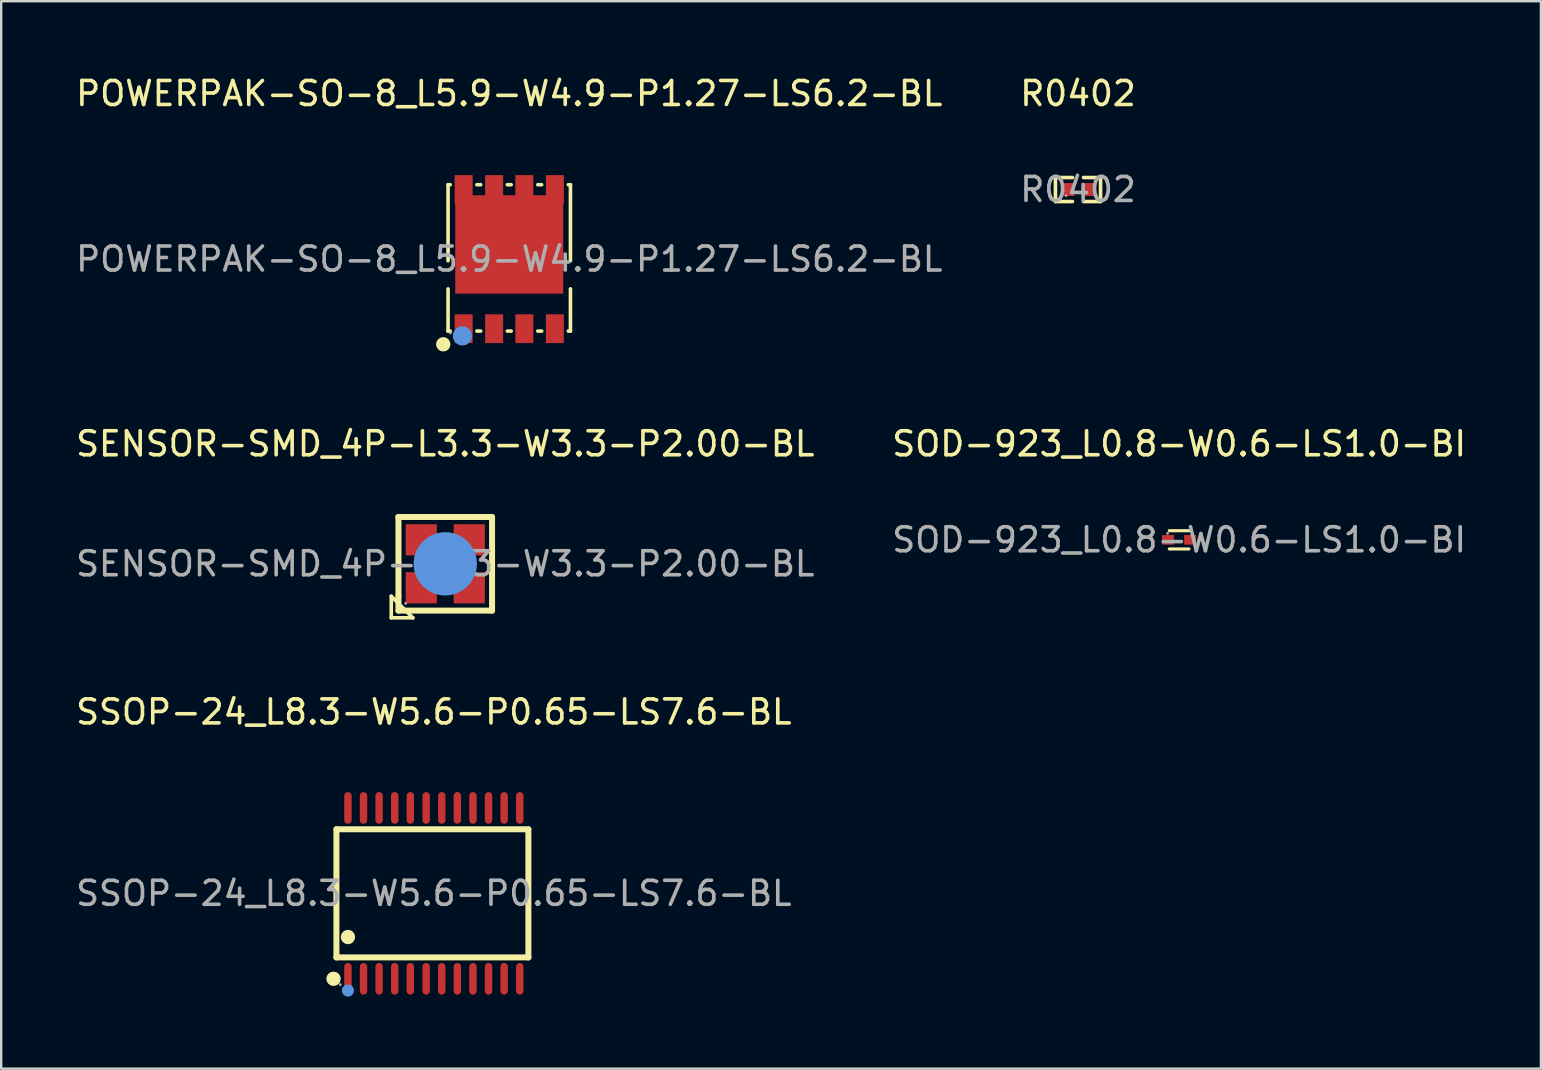
<source format=kicad_pcb>
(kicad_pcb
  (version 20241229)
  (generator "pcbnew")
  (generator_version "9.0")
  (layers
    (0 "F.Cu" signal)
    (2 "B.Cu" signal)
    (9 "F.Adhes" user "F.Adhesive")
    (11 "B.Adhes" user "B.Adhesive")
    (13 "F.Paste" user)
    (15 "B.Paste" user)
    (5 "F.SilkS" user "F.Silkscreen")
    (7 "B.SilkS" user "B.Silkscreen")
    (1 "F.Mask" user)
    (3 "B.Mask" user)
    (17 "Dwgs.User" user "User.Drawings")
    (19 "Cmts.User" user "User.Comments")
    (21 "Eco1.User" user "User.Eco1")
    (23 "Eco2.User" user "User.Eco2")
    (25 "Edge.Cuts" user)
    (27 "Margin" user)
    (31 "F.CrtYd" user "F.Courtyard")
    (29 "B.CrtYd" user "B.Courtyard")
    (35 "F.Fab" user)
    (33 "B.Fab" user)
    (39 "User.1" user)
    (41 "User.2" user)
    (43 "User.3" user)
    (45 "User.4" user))
  (footprint "SENSOR-SMD_4P-L3.3-W3.3-P2.00-BL"
    (layer "F.Cu")
    (at 15.506 20.447)
    (property "Reference" "SENSOR-SMD_4P-L3.3-W3.3-P2.00-BL" (at 0 -5 0) (layer "F.SilkS") (effects (font (size 1 1) (thickness 0.15))))
    (attr smd)
    (fp_line (start -2.25 1.35) (end -2.25 2.25) (stroke (width 0.15) (type solid)) (layer "F.SilkS"))
    (fp_line (start -2.25 2.25) (end -1.35 2.25) (stroke (width 0.15) (type solid)) (layer "F.SilkS"))
    (fp_line (start -1.95 -1.95) (end -1.95 -1.95) (stroke (width 0.25) (type solid)) (layer "F.SilkS"))
    (fp_line (start -1.95 -1.95) (end 1.95 -1.95) (stroke (width 0.25) (type solid)) (layer "F.SilkS"))
    (fp_line (start -1.95 1.35) (end -1.95 -1.95) (stroke (width 0.25) (type solid)) (layer "F.SilkS"))
    (fp_line (start -1.95 1.95) (end -1.95 1.35) (stroke (width 0.25) (type solid)) (layer "F.SilkS"))
    (fp_line (start -1.35 2.25) (end -2.25 1.35) (stroke (width 0.15) (type solid)) (layer "F.SilkS"))
    (fp_line (start 1.95 -1.95) (end 1.95 1.95) (stroke (width 0.25) (type solid)) (layer "F.SilkS"))
    (fp_line (start 1.95 1.95) (end -1.95 1.95) (stroke (width 0.25) (type solid)) (layer "F.SilkS"))
    (fp_circle (center 0 0) (end 0.66 0) (stroke (width 1.32) (type solid)) (fill no) (layer "Cmts.User"))
    (fp_circle (center -1.65 1.65) (end -1.62 1.65) (stroke (width 0.06) (type solid)) (fill no) (layer "F.Fab"))
    (fp_text user "${REFERENCE}" (at 0 0 0) (layer "F.Fab") (effects (font (size 1 1) (thickness 0.15))))
    (pad "1" smd rect (at -1 1) (size 1.3 1.3) (layers "F.Cu" "F.Mask" "F.Paste"))
    (pad "2" smd rect (at 1 1) (size 1.3 1.3) (layers "F.Cu" "F.Mask" "F.Paste"))
    (pad "3" smd rect (at 1 -1) (size 1.3 1.3) (layers "F.Cu" "F.Mask" "F.Paste"))
    (pad "4" smd rect (at -1 -1) (size 1.3 1.3) (layers "F.Cu" "F.Mask" "F.Paste")))
  (footprint "SSOP-24_L8.3-W5.6-P0.65-LS7.6-BL"
    (layer "F.Cu")
    (at 15.03 34.18)
    (property "Reference" "SSOP-24_L8.3-W5.6-P0.65-LS7.6-BL" (at 0 -7.56 0) (layer "F.SilkS") (effects (font (size 1 1) (thickness 0.15))))
    (attr smd)
    (fp_line (start -4.06 -2.67) (end -4.06 2.67) (stroke (width 0.25) (type solid)) (layer "F.SilkS"))
    (fp_line (start -4.06 2.67) (end 3.94 2.67) (stroke (width 0.25) (type solid)) (layer "F.SilkS"))
    (fp_line (start 3.94 -2.67) (end -4.06 -2.67) (stroke (width 0.25) (type solid)) (layer "F.SilkS"))
    (fp_line (start 3.94 2.67) (end 3.94 -2.67) (stroke (width 0.25) (type solid)) (layer "F.SilkS"))
    (fp_circle (center -4.18 3.56) (end -4.03 3.56) (stroke (width 0.3) (type solid)) (fill no) (layer "F.SilkS"))
    (fp_circle (center -3.58 1.82) (end -3.43 1.82) (stroke (width 0.3) (type solid)) (fill no) (layer "F.SilkS"))
    (fp_circle (center -3.58 4.05) (end -3.45 4.05) (stroke (width 0.25) (type solid)) (fill no) (layer "Cmts.User"))
    (fp_circle (center -3.9 3.8) (end -3.87 3.8) (stroke (width 0.06) (type solid)) (fill no) (layer "F.Fab"))
    (fp_text user "${REFERENCE}" (at 0 0 0) (layer "F.Fab") (effects (font (size 1 1) (thickness 0.15))))
    (pad "1" smd oval (at -3.58 3.56) (size 0.31 1.32) (layers "F.Cu" "F.Mask" "F.Paste"))
    (pad "2" smd oval (at -2.93 3.56) (size 0.31 1.32) (layers "F.Cu" "F.Mask" "F.Paste"))
    (pad "3" smd oval (at -2.28 3.56) (size 0.31 1.32) (layers "F.Cu" "F.Mask" "F.Paste"))
    (pad "4" smd oval (at -1.63 3.56) (size 0.31 1.32) (layers "F.Cu" "F.Mask" "F.Paste"))
    (pad "5" smd oval (at -0.98 3.56) (size 0.31 1.32) (layers "F.Cu" "F.Mask" "F.Paste"))
    (pad "6" smd oval (at -0.32 3.56) (size 0.31 1.32) (layers "F.Cu" "F.Mask" "F.Paste"))
    (pad "7" smd oval (at 0.33 3.56) (size 0.31 1.32) (layers "F.Cu" "F.Mask" "F.Paste"))
    (pad "8" smd oval (at 0.98 3.56) (size 0.31 1.32) (layers "F.Cu" "F.Mask" "F.Paste"))
    (pad "9" smd oval (at 1.63 3.56) (size 0.31 1.32) (layers "F.Cu" "F.Mask" "F.Paste"))
    (pad "10" smd oval (at 2.28 3.56) (size 0.31 1.32) (layers "F.Cu" "F.Mask" "F.Paste"))
    (pad "11" smd oval (at 2.93 3.56) (size 0.31 1.32) (layers "F.Cu" "F.Mask" "F.Paste"))
    (pad "12" smd oval (at 3.58 3.56) (size 0.31 1.32) (layers "F.Cu" "F.Mask" "F.Paste"))
    (pad "13" smd oval (at 3.58 -3.56) (size 0.31 1.32) (layers "F.Cu" "F.Mask" "F.Paste"))
    (pad "14" smd oval (at 2.93 -3.56) (size 0.31 1.32) (layers "F.Cu" "F.Mask" "F.Paste"))
    (pad "15" smd oval (at 2.28 -3.56) (size 0.31 1.32) (layers "F.Cu" "F.Mask" "F.Paste"))
    (pad "16" smd oval (at 1.63 -3.56) (size 0.31 1.32) (layers "F.Cu" "F.Mask" "F.Paste"))
    (pad "17" smd oval (at 0.98 -3.56) (size 0.31 1.32) (layers "F.Cu" "F.Mask" "F.Paste"))
    (pad "18" smd oval (at 0.33 -3.56) (size 0.31 1.32) (layers "F.Cu" "F.Mask" "F.Paste"))
    (pad "19" smd oval (at -0.32 -3.56) (size 0.31 1.32) (layers "F.Cu" "F.Mask" "F.Paste"))
    (pad "20" smd oval (at -0.98 -3.56) (size 0.31 1.32) (layers "F.Cu" "F.Mask" "F.Paste"))
    (pad "21" smd oval (at -1.63 -3.56) (size 0.31 1.32) (layers "F.Cu" "F.Mask" "F.Paste"))
    (pad "22" smd oval (at -2.28 -3.56) (size 0.31 1.32) (layers "F.Cu" "F.Mask" "F.Paste"))
    (pad "23" smd oval (at -2.93 -3.56) (size 0.31 1.32) (layers "F.Cu" "F.Mask" "F.Paste"))
    (pad "24" smd oval (at -3.58 -3.56) (size 0.31 1.32) (layers "F.Cu" "F.Mask" "F.Paste")))
  (footprint "SOD-923_L0.8-W0.6-LS1.0-BI"
    (layer "F.Cu")
    (at 46.089 19.447)
    (property "Reference" "SOD-923_L0.8-W0.6-LS1.0-BI" (at 0 -4 0) (layer "F.SilkS") (effects (font (size 1 1) (thickness 0.15))))
    (attr smd)
    (fp_line (start -0.41 -0.38) (end 0.41 -0.38) (stroke (width 0.13) (type solid)) (layer "F.SilkS"))
    (fp_line (start 0.41 0.38) (end -0.41 0.38) (stroke (width 0.13) (type solid)) (layer "F.SilkS"))
    (fp_circle (center -0.48 -0.27) (end -0.45 -0.27) (stroke (width 0.06) (type solid)) (fill no) (layer "F.Fab"))
    (fp_text user "${REFERENCE}" (at 0 0 0) (layer "F.Fab") (effects (font (size 1 1) (thickness 0.15))))
    (pad "1" smd rect (at -0.46 0 90) (size 0.4 0.5) (layers "F.Cu" "F.Mask" "F.Paste"))
    (pad "2" smd rect (at 0.46 0 90) (size 0.4 0.5) (layers "F.Cu" "F.Mask" "F.Paste")))
  (footprint "POWERPAK-SO-8_L5.9-W4.9-P1.27-LS6.2-BL"
    (layer "F.Cu")
    (at 18.173 7.748)
    (property "Reference" "POWERPAK-SO-8_L5.9-W4.9-P1.27-LS6.2-BL" (at 0 -6.9 0) (layer "F.SilkS") (effects (font (size 1 1) (thickness 0.15))))
    (attr smd)
    (fp_line (start -2.55 -3.1) (end -2.55 0.07) (stroke (width 0.15) (type solid)) (layer "F.SilkS"))
    (fp_line (start -2.55 1.24) (end -2.55 3) (stroke (width 0.15) (type solid)) (layer "F.SilkS"))
    (fp_line (start -2.55 3) (end -2.46 3) (stroke (width 0.15) (type solid)) (layer "F.SilkS"))
    (fp_line (start -2.46 -3.1) (end -2.55 -3.1) (stroke (width 0.15) (type solid)) (layer "F.SilkS"))
    (fp_line (start -1.35 3) (end -1.19 3) (stroke (width 0.15) (type solid)) (layer "F.SilkS"))
    (fp_line (start -1.19 -3.1) (end -1.35 -3.1) (stroke (width 0.15) (type solid)) (layer "F.SilkS"))
    (fp_line (start -0.08 3) (end 0.08 3) (stroke (width 0.15) (type solid)) (layer "F.SilkS"))
    (fp_line (start 0.08 -3.1) (end -0.08 -3.1) (stroke (width 0.15) (type solid)) (layer "F.SilkS"))
    (fp_line (start 1.19 3) (end 1.35 3) (stroke (width 0.15) (type solid)) (layer "F.SilkS"))
    (fp_line (start 1.35 -3.1) (end 1.19 -3.1) (stroke (width 0.15) (type solid)) (layer "F.SilkS"))
    (fp_line (start 2.46 3) (end 2.55 3) (stroke (width 0.15) (type solid)) (layer "F.SilkS"))
    (fp_line (start 2.55 -3.1) (end 2.46 -3.1) (stroke (width 0.15) (type solid)) (layer "F.SilkS"))
    (fp_line (start 2.55 0.07) (end 2.55 -3.1) (stroke (width 0.15) (type solid)) (layer "F.SilkS"))
    (fp_line (start 2.55 3) (end 2.55 1.24) (stroke (width 0.15) (type solid)) (layer "F.SilkS"))
    (fp_circle (center -2.75 3.55) (end -2.6 3.55) (stroke (width 0.3) (type solid)) (fill no) (layer "F.SilkS"))
    (fp_circle (center -1.95 3.2) (end -1.75 3.2) (stroke (width 0.4) (type solid)) (fill no) (layer "Cmts.User"))
    (fp_circle (center -2.45 3.08) (end -2.42 3.08) (stroke (width 0.06) (type solid)) (fill no) (layer "F.Fab"))
    (fp_text user "${REFERENCE}" (at 0 0 0) (layer "F.Fab") (effects (font (size 1 1) (thickness 0.15))))
    (pad "1" smd rect (at -1.9 2.9) (size 0.75 1.2) (layers "F.Cu" "F.Mask" "F.Paste"))
    (pad "2" smd rect (at -0.63 2.9) (size 0.75 1.2) (layers "F.Cu" "F.Mask" "F.Paste"))
    (pad "3" smd rect (at 0.63 2.9) (size 0.75 1.2) (layers "F.Cu" "F.Mask" "F.Paste"))
    (pad "4" smd rect (at 1.9 2.9) (size 0.75 1.2) (layers "F.Cu" "F.Mask" "F.Paste"))
    (pad "5" smd rect (at 1.9 -2.9) (size 0.75 1.2) (layers "F.Cu" "F.Mask" "F.Paste"))
    (pad "6" smd rect (at 0.63 -2.9) (size 0.75 1.2) (layers "F.Cu" "F.Mask" "F.Paste"))
    (pad "7" smd rect (at -0.63 -2.9) (size 0.75 1.2) (layers "F.Cu" "F.Mask" "F.Paste"))
    (pad "8" smd rect (at -1.9 -2.9) (size 0.75 1.2) (layers "F.Cu" "F.Mask" "F.Paste"))
    (pad "8" smd rect (at 0 -0.61) (size 4.5 4.1) (layers "F.Cu" "F.Mask" "F.Paste")))
  (footprint "R0402"
    (layer "F.Cu")
    (at 41.875 4.848)
    (property "Reference" "R0402" (at 0 -4 0) (layer "F.SilkS") (effects (font (size 1 1) (thickness 0.15))))
    (attr smd)
    (fp_line (start -0.94 -0.5) (end -0.23 -0.5) (stroke (width 0.15) (type solid)) (layer "F.SilkS"))
    (fp_line (start -0.94 0.5) (end -0.94 -0.5) (stroke (width 0.15) (type solid)) (layer "F.SilkS"))
    (fp_line (start -0.23 0.5) (end -0.94 0.5) (stroke (width 0.15) (type solid)) (layer "F.SilkS"))
    (fp_line (start 0.23 0.5) (end 0.94 0.5) (stroke (width 0.15) (type solid)) (layer "F.SilkS"))
    (fp_line (start 0.94 -0.5) (end 0.23 -0.5) (stroke (width 0.15) (type solid)) (layer "F.SilkS"))
    (fp_line (start 0.94 0.5) (end 0.94 -0.5) (stroke (width 0.15) (type solid)) (layer "F.SilkS"))
    (fp_circle (center -0.5 0.25) (end -0.47 0.25) (stroke (width 0.06) (type solid)) (fill no) (layer "F.Fab"))
    (fp_text user "${REFERENCE}" (at 0 0 0) (layer "F.Fab") (effects (font (size 1 1) (thickness 0.15))))
    (pad "1" smd rect (at -0.43 0) (size 0.57 0.54) (layers "F.Cu" "F.Mask" "F.Paste"))
    (pad "2" smd rect (at 0.43 0) (size 0.57 0.54) (layers "F.Cu" "F.Mask" "F.Paste")))
  (gr_rect
    (start -3 -3)
    (end 61.167 41.485)
    (stroke (width 0.1) (type default))
    (fill no)
    (layer "Edge.Cuts")))
</source>
